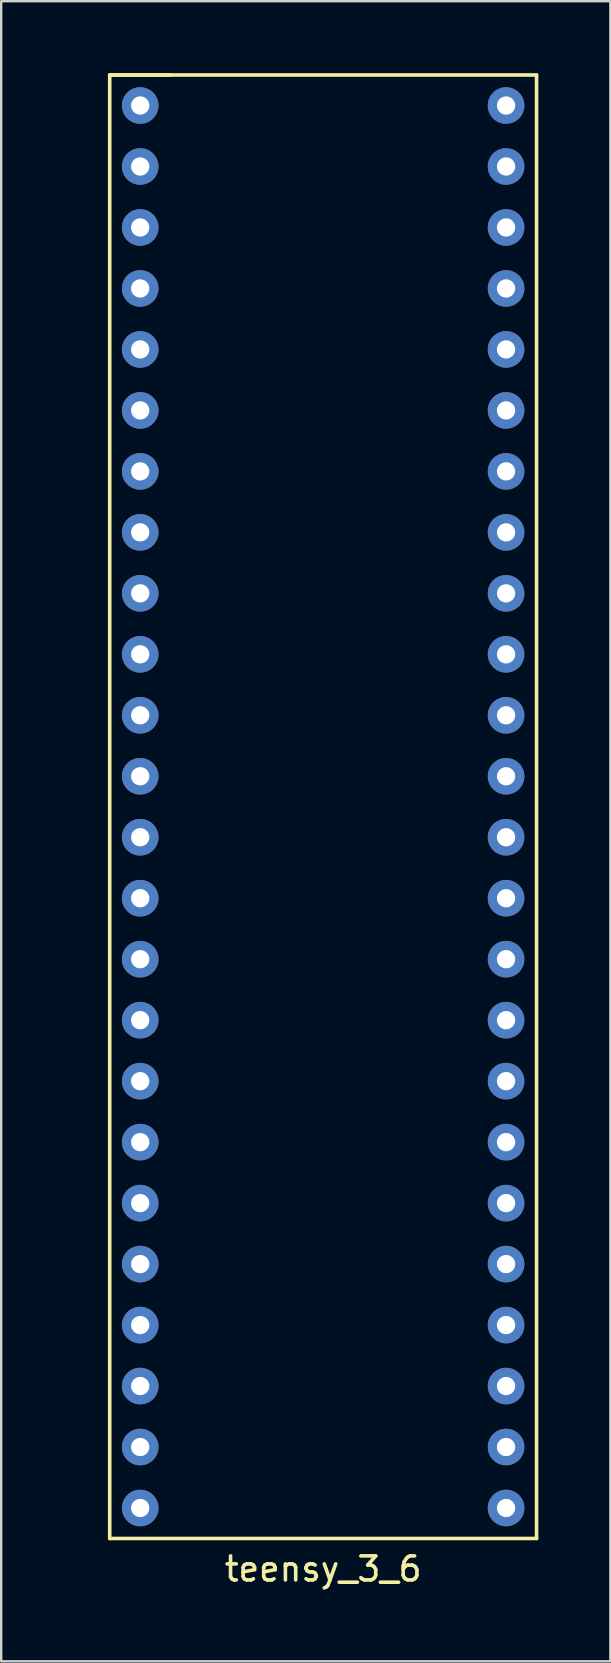
<source format=kicad_pcb>
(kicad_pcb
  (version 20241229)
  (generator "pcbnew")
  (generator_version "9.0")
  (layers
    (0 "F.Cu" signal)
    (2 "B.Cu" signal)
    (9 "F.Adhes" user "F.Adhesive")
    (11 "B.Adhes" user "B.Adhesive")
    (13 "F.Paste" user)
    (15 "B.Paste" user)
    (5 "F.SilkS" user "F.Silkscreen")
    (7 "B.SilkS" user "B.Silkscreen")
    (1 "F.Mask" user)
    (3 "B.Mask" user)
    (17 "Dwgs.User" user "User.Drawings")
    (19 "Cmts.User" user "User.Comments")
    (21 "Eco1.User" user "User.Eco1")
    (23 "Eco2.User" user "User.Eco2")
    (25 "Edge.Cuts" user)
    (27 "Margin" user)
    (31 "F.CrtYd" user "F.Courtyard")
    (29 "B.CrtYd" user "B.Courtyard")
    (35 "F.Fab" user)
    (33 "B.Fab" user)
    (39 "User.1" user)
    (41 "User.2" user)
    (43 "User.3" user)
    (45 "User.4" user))
  (footprint "teensy_3_6"
    (layer "F.Cu")
    (at 0.25 62.305)
    (property "Reference" "teensy_3_6" (at 10.16 0 0) (layer "F.SilkS") (effects (font (size 1 1) (thickness 0.15))))
    (attr through_hole)
    (fp_line (start 1.27 -62.23) (end 3.81 -62.23) (stroke (width 0.15) (type solid)) (layer "F.SilkS"))
    (fp_line (start 1.27 -62.23) (end 19.05 -62.23) (stroke (width 0.15) (type solid)) (layer "F.SilkS"))
    (fp_line (start 1.27 -1.27) (end 1.27 -62.23) (stroke (width 0.15) (type solid)) (layer "F.SilkS"))
    (fp_line (start 19.05 -62.23) (end 19.05 -1.27) (stroke (width 0.15) (type solid)) (layer "F.SilkS"))
    (fp_line (start 19.05 -1.27) (end 1.27 -1.27) (stroke (width 0.15) (type solid)) (layer "F.SilkS"))
    (pad "0" thru_hole circle (at 2.54 -60.96) (size 1.524 1.524) (drill 0.762) (layers "*.Cu" "*.Mask"))
    (pad "1" thru_hole circle (at 2.54 -58.42) (size 1.524 1.524) (drill 0.762) (layers "*.Cu" "*.Mask"))
    (pad "2" thru_hole circle (at 2.54 -55.88) (size 1.524 1.524) (drill 0.762) (layers "*.Cu" "*.Mask"))
    (pad "3" thru_hole circle (at 2.54 -53.34) (size 1.524 1.524) (drill 0.762) (layers "*.Cu" "*.Mask"))
    (pad "4" thru_hole circle (at 2.54 -50.8) (size 1.524 1.524) (drill 0.762) (layers "*.Cu" "*.Mask"))
    (pad "5" thru_hole circle (at 2.54 -48.26) (size 1.524 1.524) (drill 0.762) (layers "*.Cu" "*.Mask"))
    (pad "6" thru_hole circle (at 2.54 -45.72) (size 1.524 1.524) (drill 0.762) (layers "*.Cu" "*.Mask"))
    (pad "7" thru_hole circle (at 2.54 -43.18) (size 1.524 1.524) (drill 0.762) (layers "*.Cu" "*.Mask"))
    (pad "8" thru_hole circle (at 2.54 -40.64) (size 1.524 1.524) (drill 0.762) (layers "*.Cu" "*.Mask"))
    (pad "9" thru_hole circle (at 2.54 -38.1) (size 1.524 1.524) (drill 0.762) (layers "*.Cu" "*.Mask"))
    (pad "10" thru_hole circle (at 2.54 -35.56) (size 1.524 1.524) (drill 0.762) (layers "*.Cu" "*.Mask"))
    (pad "11" thru_hole circle (at 2.54 -33.02) (size 1.524 1.524) (drill 0.762) (layers "*.Cu" "*.Mask"))
    (pad "12" thru_hole circle (at 2.54 -30.48) (size 1.524 1.524) (drill 0.762) (layers "*.Cu" "*.Mask"))
    (pad "13" thru_hole circle (at 2.54 -27.94) (size 1.524 1.524) (drill 0.762) (layers "*.Cu" "*.Mask"))
    (pad "14" thru_hole circle (at 2.54 -25.4) (size 1.524 1.524) (drill 0.762) (layers "*.Cu" "*.Mask"))
    (pad "15" thru_hole circle (at 2.54 -22.86) (size 1.524 1.524) (drill 0.762) (layers "*.Cu" "*.Mask"))
    (pad "16" thru_hole circle (at 2.54 -20.32) (size 1.524 1.524) (drill 0.762) (layers "*.Cu" "*.Mask"))
    (pad "17" thru_hole circle (at 2.54 -17.78) (size 1.524 1.524) (drill 0.762) (layers "*.Cu" "*.Mask"))
    (pad "18" thru_hole circle (at 2.54 -15.24) (size 1.524 1.524) (drill 0.762) (layers "*.Cu" "*.Mask"))
    (pad "19" thru_hole circle (at 2.54 -12.7) (size 1.524 1.524) (drill 0.762) (layers "*.Cu" "*.Mask"))
    (pad "20" thru_hole circle (at 2.54 -10.16) (size 1.524 1.524) (drill 0.762) (layers "*.Cu" "*.Mask"))
    (pad "21" thru_hole circle (at 2.54 -7.62) (size 1.524 1.524) (drill 0.762) (layers "*.Cu" "*.Mask"))
    (pad "22" thru_hole circle (at 2.54 -5.08) (size 1.524 1.524) (drill 0.762) (layers "*.Cu" "*.Mask"))
    (pad "23" thru_hole circle (at 2.54 -2.54) (size 1.524 1.524) (drill 0.762) (layers "*.Cu" "*.Mask"))
    (pad "24" thru_hole circle (at 17.78 -2.54) (size 1.524 1.524) (drill 0.762) (layers "*.Cu" "*.Mask"))
    (pad "25" thru_hole circle (at 17.78 -5.08) (size 1.524 1.524) (drill 0.762) (layers "*.Cu" "*.Mask"))
    (pad "26" thru_hole circle (at 17.78 -7.62) (size 1.524 1.524) (drill 0.762) (layers "*.Cu" "*.Mask"))
    (pad "27" thru_hole circle (at 17.78 -10.16) (size 1.524 1.524) (drill 0.762) (layers "*.Cu" "*.Mask"))
    (pad "28" thru_hole circle (at 17.78 -12.7) (size 1.524 1.524) (drill 0.762) (layers "*.Cu" "*.Mask"))
    (pad "29" thru_hole circle (at 17.78 -15.24) (size 1.524 1.524) (drill 0.762) (layers "*.Cu" "*.Mask"))
    (pad "30" thru_hole circle (at 17.78 -17.78) (size 1.524 1.524) (drill 0.762) (layers "*.Cu" "*.Mask"))
    (pad "31" thru_hole circle (at 17.78 -20.32) (size 1.524 1.524) (drill 0.762) (layers "*.Cu" "*.Mask"))
    (pad "32" thru_hole circle (at 17.78 -22.86) (size 1.524 1.524) (drill 0.762) (layers "*.Cu" "*.Mask"))
    (pad "33" thru_hole circle (at 17.78 -25.4) (size 1.524 1.524) (drill 0.762) (layers "*.Cu" "*.Mask"))
    (pad "34" thru_hole circle (at 17.78 -27.94) (size 1.524 1.524) (drill 0.762) (layers "*.Cu" "*.Mask"))
    (pad "35" thru_hole circle (at 17.78 -30.48) (size 1.524 1.524) (drill 0.762) (layers "*.Cu" "*.Mask"))
    (pad "36" thru_hole circle (at 17.78 -33.02) (size 1.524 1.524) (drill 0.762) (layers "*.Cu" "*.Mask"))
    (pad "37" thru_hole circle (at 17.78 -35.56) (size 1.524 1.524) (drill 0.762) (layers "*.Cu" "*.Mask"))
    (pad "38" thru_hole circle (at 17.78 -38.1) (size 1.524 1.524) (drill 0.762) (layers "*.Cu" "*.Mask"))
    (pad "39" thru_hole circle (at 17.78 -40.64) (size 1.524 1.524) (drill 0.762) (layers "*.Cu" "*.Mask"))
    (pad "40" thru_hole circle (at 17.78 -43.18) (size 1.524 1.524) (drill 0.762) (layers "*.Cu" "*.Mask"))
    (pad "41" thru_hole circle (at 17.78 -45.72) (size 1.524 1.524) (drill 0.762) (layers "*.Cu" "*.Mask"))
    (pad "42" thru_hole circle (at 17.78 -48.26) (size 1.524 1.524) (drill 0.762) (layers "*.Cu" "*.Mask"))
    (pad "43" thru_hole circle (at 17.78 -50.8) (size 1.524 1.524) (drill 0.762) (layers "*.Cu" "*.Mask"))
    (pad "44" thru_hole circle (at 17.78 -53.34) (size 1.524 1.524) (drill 0.762) (layers "*.Cu" "*.Mask"))
    (pad "45" thru_hole circle (at 17.78 -55.88) (size 1.524 1.524) (drill 0.762) (layers "*.Cu" "*.Mask"))
    (pad "46" thru_hole circle (at 17.78 -58.42) (size 1.524 1.524) (drill 0.762) (layers "*.Cu" "*.Mask"))
    (pad "47" thru_hole circle (at 17.78 -60.96) (size 1.524 1.524) (drill 0.762) (layers "*.Cu" "*.Mask")))
  (gr_rect
    (start -3 -3)
    (end 22.375 66.153)
    (stroke (width 0.1) (type default))
    (fill no)
    (layer "Edge.Cuts")))
</source>
